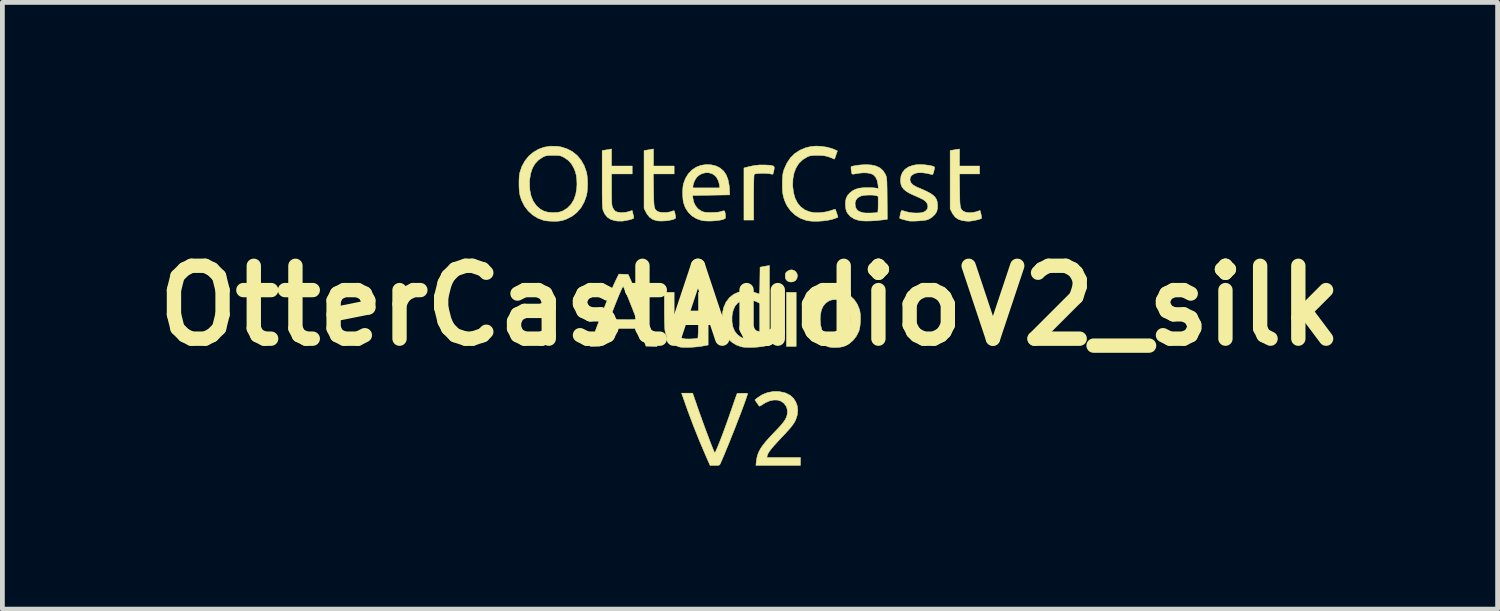
<source format=kicad_pcb>
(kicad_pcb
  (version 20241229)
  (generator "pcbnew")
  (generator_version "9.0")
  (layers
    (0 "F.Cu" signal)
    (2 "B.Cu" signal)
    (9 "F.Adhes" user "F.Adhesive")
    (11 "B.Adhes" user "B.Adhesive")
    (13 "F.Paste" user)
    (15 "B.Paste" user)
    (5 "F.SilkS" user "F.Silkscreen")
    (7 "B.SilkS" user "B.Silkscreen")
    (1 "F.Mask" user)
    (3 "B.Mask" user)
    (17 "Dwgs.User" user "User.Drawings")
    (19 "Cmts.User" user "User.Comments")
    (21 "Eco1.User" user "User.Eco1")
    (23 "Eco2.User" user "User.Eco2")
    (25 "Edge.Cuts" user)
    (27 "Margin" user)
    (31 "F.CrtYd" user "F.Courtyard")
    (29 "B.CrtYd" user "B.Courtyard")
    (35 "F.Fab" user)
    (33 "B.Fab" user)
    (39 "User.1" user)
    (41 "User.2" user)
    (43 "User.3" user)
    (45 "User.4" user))
  (footprint "OtterCastAudioV2_silk"
    (layer "F.Cu")
    (at 12.635 3.343)
    (property "Reference" "OtterCastAudioV2_silk" (at 0 0 0) (layer "F.SilkS") (effects (font (size 1.524 1.524) (thickness 0.3))))
    (attr through_hole)
    (fp_poly (pts (xy 0.965 0.851) (xy 0.762 0.851) (xy 0.762 -0.279) (xy 0.965 -0.279) (xy 0.965 0.851)) (stroke (width 0.01) (type solid)) (fill yes) (layer "F.SilkS"))
    (fp_poly (pts (xy 0.922 -0.737) (xy 0.96 -0.707) (xy 0.985 -0.663) (xy 0.991 -0.622) (xy 0.98 -0.567) (xy 0.949 -0.525) (xy 0.902 -0.501) (xy 0.86 -0.495) (xy 0.816 -0.5) (xy 0.784 -0.516) (xy 0.77 -0.529) (xy 0.748 -0.557) (xy 0.738 -0.591) (xy 0.737 -0.623) (xy 0.739 -0.664) (xy 0.75 -0.69) (xy 0.774 -0.715) (xy 0.776 -0.716) (xy 0.824 -0.744) (xy 0.875 -0.75) (xy 0.922 -0.737)) (stroke (width 0.01) (type solid)) (fill yes) (layer "F.SilkS"))
    (fp_poly (pts (xy 0.32 -2.943) (xy 0.323 -2.942) (xy 0.398 -2.938) (xy 0.45 -2.932) (xy 0.484 -2.923) (xy 0.502 -2.908) (xy 0.507 -2.885) (xy 0.503 -2.85) (xy 0.494 -2.807) (xy 0.485 -2.769) (xy 0.476 -2.752) (xy 0.463 -2.749) (xy 0.453 -2.751) (xy 0.411 -2.76) (xy 0.355 -2.766) (xy 0.291 -2.769) (xy 0.226 -2.768) (xy 0.166 -2.765) (xy 0.118 -2.759) (xy 0.089 -2.749) (xy 0.088 -2.749) (xy 0.085 -2.735) (xy 0.082 -2.697) (xy 0.08 -2.636) (xy 0.078 -2.556) (xy 0.077 -2.457) (xy 0.076 -2.342) (xy 0.076 -2.266) (xy 0.076 -1.791) (xy -0.127 -1.791) (xy -0.127 -2.88) (xy -0.054 -2.9) (xy 0.075 -2.929) (xy 0.196 -2.943) (xy 0.32 -2.943)) (stroke (width 0.01) (type solid)) (fill yes) (layer "F.SilkS"))
    (fp_poly (pts (xy 4.381 -2.921) (xy 4.801 -2.921) (xy 4.801 -2.756) (xy 4.59 -2.756) (xy 4.38 -2.756) (xy 4.384 -2.416) (xy 4.386 -2.307) (xy 4.387 -2.219) (xy 4.39 -2.151) (xy 4.395 -2.1) (xy 4.401 -2.061) (xy 4.411 -2.033) (xy 4.423 -2.011) (xy 4.439 -1.994) (xy 4.459 -1.978) (xy 4.461 -1.977) (xy 4.507 -1.956) (xy 4.569 -1.946) (xy 4.64 -1.947) (xy 4.713 -1.96) (xy 4.733 -1.966) (xy 4.811 -1.991) (xy 4.831 -1.913) (xy 4.839 -1.871) (xy 4.843 -1.839) (xy 4.841 -1.826) (xy 4.821 -1.816) (xy 4.782 -1.804) (xy 4.732 -1.791) (xy 4.677 -1.78) (xy 4.625 -1.771) (xy 4.581 -1.767) (xy 4.567 -1.766) (xy 4.515 -1.77) (xy 4.457 -1.778) (xy 4.429 -1.783) (xy 4.351 -1.81) (xy 4.288 -1.856) (xy 4.237 -1.924) (xy 4.223 -1.95) (xy 4.185 -2.026) (xy 4.185 -3.244) (xy 4.229 -3.252) (xy 4.272 -3.26) (xy 4.32 -3.268) (xy 4.328 -3.269) (xy 4.381 -3.277) (xy 4.381 -2.921)) (stroke (width 0.01) (type solid)) (fill yes) (layer "F.SilkS"))
    (fp_poly (pts (xy -2.019 -2.921) (xy -1.587 -2.921) (xy -1.587 -2.756) (xy -1.804 -2.756) (xy -2.021 -2.756) (xy -2.017 -2.416) (xy -2.015 -2.305) (xy -2.013 -2.217) (xy -2.01 -2.148) (xy -2.005 -2.095) (xy -1.998 -2.056) (xy -1.988 -2.027) (xy -1.974 -2.005) (xy -1.957 -1.988) (xy -1.935 -1.973) (xy -1.934 -1.972) (xy -1.897 -1.958) (xy -1.844 -1.95) (xy -1.781 -1.949) (xy -1.718 -1.953) (xy -1.663 -1.964) (xy -1.641 -1.972) (xy -1.606 -1.984) (xy -1.587 -1.985) (xy -1.582 -1.978) (xy -1.569 -1.929) (xy -1.56 -1.883) (xy -1.556 -1.848) (xy -1.558 -1.829) (xy -1.558 -1.829) (xy -1.591 -1.81) (xy -1.643 -1.795) (xy -1.708 -1.782) (xy -1.779 -1.774) (xy -1.85 -1.771) (xy -1.915 -1.773) (xy -1.955 -1.778) (xy -2.036 -1.805) (xy -2.101 -1.851) (xy -2.154 -1.917) (xy -2.172 -1.949) (xy -2.216 -2.036) (xy -2.216 -3.244) (xy -2.159 -3.254) (xy -2.113 -3.261) (xy -2.07 -3.269) (xy -2.061 -3.27) (xy -2.019 -3.278) (xy -2.019 -2.921)) (stroke (width 0.01) (type solid)) (fill yes) (layer "F.SilkS"))
    (fp_poly (pts (xy -1.587 0.087) (xy -1.587 0.21) (xy -1.586 0.31) (xy -1.583 0.391) (xy -1.578 0.455) (xy -1.571 0.506) (xy -1.561 0.545) (xy -1.547 0.576) (xy -1.531 0.603) (xy -1.51 0.626) (xy -1.506 0.63) (xy -1.465 0.662) (xy -1.414 0.684) (xy -1.35 0.695) (xy -1.268 0.696) (xy -1.23 0.695) (xy -1.175 0.691) (xy -1.13 0.687) (xy -1.101 0.682) (xy -1.093 0.68) (xy -1.089 0.666) (xy -1.086 0.628) (xy -1.083 0.566) (xy -1.081 0.481) (xy -1.08 0.371) (xy -1.08 0.235) (xy -1.079 0.196) (xy -1.079 -0.279) (xy -0.876 -0.279) (xy -0.876 0.822) (xy -0.994 0.844) (xy -1.062 0.855) (xy -1.142 0.863) (xy -1.226 0.869) (xy -1.308 0.872) (xy -1.382 0.871) (xy -1.441 0.868) (xy -1.469 0.864) (xy -1.56 0.832) (xy -1.639 0.779) (xy -1.704 0.708) (xy -1.751 0.619) (xy -1.776 0.536) (xy -1.781 0.502) (xy -1.784 0.444) (xy -1.787 0.367) (xy -1.789 0.272) (xy -1.791 0.162) (xy -1.791 0.095) (xy -1.791 -0.279) (xy -1.587 -0.279) (xy -1.587 0.087)) (stroke (width 0.01) (type solid)) (fill yes) (layer "F.SilkS"))
    (fp_poly (pts (xy -2.896 -2.921) (xy -2.464 -2.921) (xy -2.464 -2.756) (xy -2.896 -2.756) (xy -2.895 -2.429) (xy -2.895 -2.327) (xy -2.894 -2.248) (xy -2.893 -2.187) (xy -2.891 -2.142) (xy -2.888 -2.108) (xy -2.883 -2.083) (xy -2.877 -2.063) (xy -2.871 -2.049) (xy -2.849 -2.011) (xy -2.822 -1.981) (xy -2.814 -1.974) (xy -2.768 -1.956) (xy -2.706 -1.947) (xy -2.636 -1.948) (xy -2.565 -1.96) (xy -2.543 -1.966) (xy -2.464 -1.991) (xy -2.456 -1.958) (xy -2.448 -1.921) (xy -2.437 -1.88) (xy -2.437 -1.88) (xy -2.432 -1.848) (xy -2.435 -1.828) (xy -2.436 -1.826) (xy -2.452 -1.819) (xy -2.486 -1.807) (xy -2.532 -1.794) (xy -2.546 -1.791) (xy -2.66 -1.77) (xy -2.767 -1.77) (xy -2.829 -1.779) (xy -2.916 -1.806) (xy -2.985 -1.852) (xy -3.037 -1.916) (xy -3.07 -1.987) (xy -3.075 -2.004) (xy -3.08 -2.024) (xy -3.083 -2.049) (xy -3.086 -2.082) (xy -3.088 -2.124) (xy -3.09 -2.179) (xy -3.091 -2.249) (xy -3.092 -2.335) (xy -3.092 -2.442) (xy -3.092 -2.569) (xy -3.092 -2.648) (xy -3.092 -3.244) (xy -3.035 -3.254) (xy -2.989 -3.261) (xy -2.946 -3.269) (xy -2.937 -3.27) (xy -2.896 -3.278) (xy -2.896 -2.921)) (stroke (width 0.01) (type solid)) (fill yes) (layer "F.SilkS"))
    (fp_poly (pts (xy -1.316 1.829) (xy -1.2 1.829) (xy -1.069 2.207) (xy -1.032 2.31) (xy -0.994 2.416) (xy -0.955 2.523) (xy -0.916 2.629) (xy -0.878 2.73) (xy -0.843 2.823) (xy -0.811 2.906) (xy -0.783 2.975) (xy -0.761 3.029) (xy -0.745 3.064) (xy -0.738 3.077) (xy -0.73 3.069) (xy -0.715 3.04) (xy -0.694 2.992) (xy -0.667 2.928) (xy -0.636 2.851) (xy -0.602 2.764) (xy -0.566 2.669) (xy -0.529 2.568) (xy -0.491 2.465) (xy -0.455 2.363) (xy -0.439 2.318) (xy -0.409 2.231) (xy -0.379 2.146) (xy -0.352 2.067) (xy -0.329 2) (xy -0.311 1.95) (xy -0.306 1.937) (xy -0.27 1.835) (xy -0.16 1.831) (xy -0.111 1.831) (xy -0.074 1.832) (xy -0.053 1.834) (xy -0.051 1.836) (xy -0.055 1.858) (xy -0.069 1.901) (xy -0.09 1.963) (xy -0.118 2.04) (xy -0.151 2.131) (xy -0.189 2.232) (xy -0.231 2.342) (xy -0.276 2.458) (xy -0.322 2.577) (xy -0.37 2.696) (xy -0.417 2.814) (xy -0.463 2.928) (xy -0.507 3.034) (xy -0.547 3.132) (xy -0.584 3.217) (xy -0.615 3.288) (xy -0.623 3.305) (xy -0.632 3.323) (xy -0.645 3.333) (xy -0.667 3.338) (xy -0.704 3.34) (xy -0.737 3.34) (xy -0.835 3.34) (xy -0.918 3.153) (xy -1.052 2.839) (xy -1.184 2.51) (xy -1.31 2.173) (xy -1.352 2.054) (xy -1.431 1.829) (xy -1.316 1.829)) (stroke (width 0.01) (type solid)) (fill yes) (layer "F.SilkS"))
    (fp_poly (pts (xy 0.406 0.822) (xy 0.308 0.844) (xy 0.239 0.856) (xy 0.157 0.865) (xy 0.071 0.871) (xy -0.015 0.872) (xy -0.093 0.87) (xy -0.157 0.864) (xy -0.187 0.857) (xy -0.285 0.822) (xy -0.368 0.772) (xy -0.419 0.729) (xy -0.487 0.651) (xy -0.537 0.559) (xy -0.569 0.452) (xy -0.582 0.338) (xy -0.377 0.338) (xy -0.359 0.442) (xy -0.322 0.531) (xy -0.266 0.603) (xy -0.193 0.658) (xy -0.165 0.672) (xy -0.117 0.686) (xy -0.052 0.696) (xy 0.022 0.699) (xy 0.098 0.697) (xy 0.156 0.69) (xy 0.203 0.682) (xy 0.203 -0.05) (xy 0.137 -0.084) (xy 0.054 -0.115) (xy -0.035 -0.127) (xy -0.122 -0.121) (xy -0.193 -0.098) (xy -0.263 -0.053) (xy -0.316 0.012) (xy -0.353 0.096) (xy -0.374 0.199) (xy -0.377 0.22) (xy -0.377 0.338) (xy -0.582 0.338) (xy -0.583 0.329) (xy -0.584 0.279) (xy -0.575 0.145) (xy -0.547 0.027) (xy -0.501 -0.075) (xy -0.435 -0.162) (xy -0.424 -0.174) (xy -0.343 -0.237) (xy -0.25 -0.28) (xy -0.146 -0.302) (xy -0.034 -0.302) (xy 0.083 -0.282) (xy 0.187 -0.246) (xy 0.192 -0.249) (xy 0.197 -0.267) (xy 0.2 -0.3) (xy 0.203 -0.351) (xy 0.205 -0.423) (xy 0.206 -0.518) (xy 0.206 -0.522) (xy 0.21 -0.805) (xy 0.254 -0.814) (xy 0.297 -0.822) (xy 0.344 -0.83) (xy 0.352 -0.832) (xy 0.406 -0.84) (xy 0.406 0.822)) (stroke (width 0.01) (type solid)) (fill yes) (layer "F.SilkS"))
    (fp_poly (pts (xy 0.72 1.818) (xy 0.755 1.83) (xy 0.839 1.874) (xy 0.907 1.935) (xy 0.956 2.009) (xy 0.987 2.095) (xy 0.998 2.188) (xy 0.988 2.285) (xy 0.956 2.384) (xy 0.95 2.396) (xy 0.931 2.434) (xy 0.906 2.473) (xy 0.875 2.515) (xy 0.835 2.565) (xy 0.783 2.623) (xy 0.717 2.695) (xy 0.648 2.767) (xy 0.562 2.86) (xy 0.493 2.936) (xy 0.44 3) (xy 0.401 3.052) (xy 0.376 3.094) (xy 0.362 3.129) (xy 0.36 3.136) (xy 0.352 3.175) (xy 1.054 3.175) (xy 1.054 3.34) (xy 0.123 3.34) (xy 0.132 3.256) (xy 0.143 3.185) (xy 0.16 3.118) (xy 0.186 3.053) (xy 0.222 2.986) (xy 0.27 2.916) (xy 0.333 2.838) (xy 0.412 2.749) (xy 0.506 2.65) (xy 0.586 2.567) (xy 0.648 2.498) (xy 0.696 2.44) (xy 0.731 2.39) (xy 0.755 2.345) (xy 0.771 2.301) (xy 0.781 2.257) (xy 0.782 2.254) (xy 0.781 2.178) (xy 0.758 2.106) (xy 0.713 2.044) (xy 0.713 2.043) (xy 0.651 1.998) (xy 0.578 1.974) (xy 0.497 1.972) (xy 0.41 1.99) (xy 0.321 2.029) (xy 0.262 2.066) (xy 0.228 2.088) (xy 0.202 2.1) (xy 0.192 2.099) (xy 0.181 2.083) (xy 0.16 2.054) (xy 0.143 2.029) (xy 0.102 1.97) (xy 0.156 1.926) (xy 0.255 1.861) (xy 0.366 1.817) (xy 0.483 1.795) (xy 0.603 1.795) (xy 0.72 1.818)) (stroke (width 0.01) (type solid)) (fill yes) (layer "F.SilkS"))
    (fp_poly (pts (xy -2.645 -0.658) (xy -2.548 -0.654) (xy -2.457 -0.451) (xy -2.384 -0.283) (xy -2.305 -0.092) (xy -2.22 0.12) (xy -2.13 0.353) (xy -2.035 0.605) (xy -1.981 0.753) (xy -1.945 0.852) (xy -2.061 0.848) (xy -2.176 0.845) (xy -2.242 0.66) (xy -2.308 0.476) (xy -3.004 0.476) (xy -3.069 0.66) (xy -3.134 0.845) (xy -3.245 0.848) (xy -3.298 0.85) (xy -3.33 0.849) (xy -3.346 0.845) (xy -3.349 0.837) (xy -3.347 0.829) (xy -3.341 0.812) (xy -3.326 0.774) (xy -3.306 0.718) (xy -3.28 0.65) (xy -3.25 0.57) (xy -3.219 0.485) (xy -3.149 0.3) (xy -3.146 0.292) (xy -2.935 0.292) (xy -2.655 0.292) (xy -2.574 0.292) (xy -2.502 0.291) (xy -2.443 0.29) (xy -2.4 0.289) (xy -2.378 0.288) (xy -2.375 0.287) (xy -2.379 0.27) (xy -2.392 0.234) (xy -2.411 0.183) (xy -2.436 0.119) (xy -2.464 0.047) (xy -2.495 -0.03) (xy -2.526 -0.109) (xy -2.557 -0.185) (xy -2.586 -0.255) (xy -2.612 -0.316) (xy -2.633 -0.364) (xy -2.647 -0.395) (xy -2.654 -0.406) (xy -2.662 -0.395) (xy -2.678 -0.364) (xy -2.7 -0.315) (xy -2.727 -0.254) (xy -2.757 -0.183) (xy -2.788 -0.106) (xy -2.82 -0.026) (xy -2.851 0.053) (xy -2.879 0.127) (xy -2.903 0.193) (xy -2.922 0.247) (xy -2.927 0.264) (xy -2.935 0.292) (xy -3.146 0.292) (xy -3.08 0.123) (xy -3.015 -0.043) (xy -2.953 -0.195) (xy -2.896 -0.332) (xy -2.844 -0.451) (xy -2.798 -0.549) (xy -2.774 -0.598) (xy -2.742 -0.661) (xy -2.645 -0.658)) (stroke (width 0.01) (type solid)) (fill yes) (layer "F.SilkS"))
    (fp_poly (pts (xy -0.816 -2.947) (xy -0.711 -2.922) (xy -0.624 -2.878) (xy -0.552 -2.815) (xy -0.497 -2.733) (xy -0.459 -2.632) (xy -0.436 -2.511) (xy -0.429 -2.426) (xy -0.425 -2.318) (xy -1.2 -2.305) (xy -1.197 -2.261) (xy -1.179 -2.17) (xy -1.141 -2.09) (xy -1.086 -2.024) (xy -1.019 -1.979) (xy -0.99 -1.966) (xy -0.961 -1.958) (xy -0.927 -1.953) (xy -0.88 -1.95) (xy -0.814 -1.95) (xy -0.806 -1.95) (xy -0.724 -1.952) (xy -0.662 -1.957) (xy -0.616 -1.966) (xy -0.597 -1.972) (xy -0.557 -1.984) (xy -0.536 -1.982) (xy -0.532 -1.979) (xy -0.524 -1.955) (xy -0.517 -1.918) (xy -0.514 -1.879) (xy -0.514 -1.845) (xy -0.518 -1.826) (xy -0.518 -1.826) (xy -0.548 -1.81) (xy -0.597 -1.795) (xy -0.662 -1.784) (xy -0.735 -1.776) (xy -0.813 -1.771) (xy -0.89 -1.771) (xy -0.96 -1.775) (xy -1.015 -1.784) (xy -1.121 -1.821) (xy -1.214 -1.878) (xy -1.291 -1.954) (xy -1.351 -2.046) (xy -1.39 -2.152) (xy -1.401 -2.215) (xy -1.407 -2.292) (xy -1.409 -2.376) (xy -1.405 -2.456) (xy -1.401 -2.493) (xy -1.194 -2.493) (xy -1.194 -2.464) (xy -0.631 -2.464) (xy -0.639 -2.526) (xy -0.66 -2.609) (xy -0.699 -2.682) (xy -0.732 -2.72) (xy -0.792 -2.76) (xy -0.861 -2.78) (xy -0.934 -2.78) (xy -1.007 -2.762) (xy -1.072 -2.725) (xy -1.117 -2.682) (xy -1.149 -2.634) (xy -1.175 -2.577) (xy -1.191 -2.522) (xy -1.194 -2.493) (xy -1.401 -2.493) (xy -1.397 -2.525) (xy -1.392 -2.549) (xy -1.35 -2.662) (xy -1.291 -2.758) (xy -1.216 -2.837) (xy -1.128 -2.896) (xy -1.029 -2.935) (xy -0.92 -2.952) (xy -0.816 -2.947)) (stroke (width 0.01) (type solid)) (fill yes) (layer "F.SilkS"))
    (fp_poly (pts (xy 1.848 -0.298) (xy 1.893 -0.295) (xy 1.929 -0.29) (xy 1.961 -0.279) (xy 1.999 -0.263) (xy 2.009 -0.258) (xy 2.103 -0.2) (xy 2.182 -0.123) (xy 2.244 -0.03) (xy 2.288 0.077) (xy 2.299 0.124) (xy 2.308 0.192) (xy 2.31 0.272) (xy 2.307 0.357) (xy 2.298 0.439) (xy 2.284 0.508) (xy 2.275 0.535) (xy 2.223 0.638) (xy 2.155 0.725) (xy 2.072 0.795) (xy 1.977 0.845) (xy 1.944 0.856) (xy 1.882 0.868) (xy 1.807 0.874) (xy 1.732 0.874) (xy 1.664 0.866) (xy 1.632 0.858) (xy 1.525 0.812) (xy 1.434 0.747) (xy 1.361 0.663) (xy 1.306 0.562) (xy 1.277 0.476) (xy 1.264 0.406) (xy 1.259 0.322) (xy 1.259 0.286) (xy 1.467 0.286) (xy 1.475 0.402) (xy 1.499 0.499) (xy 1.54 0.578) (xy 1.598 0.639) (xy 1.65 0.673) (xy 1.703 0.691) (xy 1.769 0.698) (xy 1.837 0.694) (xy 1.899 0.68) (xy 1.912 0.675) (xy 1.968 0.638) (xy 2.02 0.583) (xy 2.062 0.518) (xy 2.079 0.478) (xy 2.093 0.417) (xy 2.101 0.34) (xy 2.102 0.258) (xy 2.097 0.179) (xy 2.085 0.113) (xy 2.079 0.094) (xy 2.045 0.024) (xy 1.996 -0.04) (xy 1.938 -0.089) (xy 1.915 -0.103) (xy 1.855 -0.123) (xy 1.783 -0.129) (xy 1.712 -0.122) (xy 1.654 -0.103) (xy 1.583 -0.055) (xy 1.529 0.01) (xy 1.492 0.092) (xy 1.472 0.193) (xy 1.467 0.286) (xy 1.259 0.286) (xy 1.259 0.234) (xy 1.266 0.152) (xy 1.276 0.098) (xy 1.317 -0.017) (xy 1.376 -0.113) (xy 1.454 -0.192) (xy 1.549 -0.253) (xy 1.56 -0.258) (xy 1.599 -0.276) (xy 1.632 -0.288) (xy 1.666 -0.294) (xy 1.709 -0.298) (xy 1.768 -0.298) (xy 1.784 -0.298) (xy 1.848 -0.298)) (stroke (width 0.01) (type solid)) (fill yes) (layer "F.SilkS"))
    (fp_poly (pts (xy 1.497 -3.332) (xy 1.613 -3.314) (xy 1.72 -3.284) (xy 1.773 -3.262) (xy 1.827 -3.237) (xy 1.802 -3.165) (xy 1.788 -3.123) (xy 1.776 -3.089) (xy 1.771 -3.075) (xy 1.76 -3.065) (xy 1.749 -3.07) (xy 1.73 -3.081) (xy 1.694 -3.095) (xy 1.649 -3.112) (xy 1.645 -3.113) (xy 1.597 -3.127) (xy 1.552 -3.136) (xy 1.501 -3.141) (xy 1.435 -3.143) (xy 1.41 -3.143) (xy 1.344 -3.143) (xy 1.296 -3.14) (xy 1.26 -3.135) (xy 1.229 -3.126) (xy 1.195 -3.111) (xy 1.192 -3.109) (xy 1.098 -3.052) (xy 1.021 -2.976) (xy 0.962 -2.883) (xy 0.92 -2.774) (xy 0.897 -2.65) (xy 0.892 -2.512) (xy 0.893 -2.494) (xy 0.91 -2.361) (xy 0.943 -2.245) (xy 0.993 -2.147) (xy 1.06 -2.067) (xy 1.142 -2.006) (xy 1.24 -1.965) (xy 1.257 -1.961) (xy 1.351 -1.946) (xy 1.457 -1.946) (xy 1.567 -1.958) (xy 1.671 -1.983) (xy 1.681 -1.987) (xy 1.727 -2.002) (xy 1.763 -2.012) (xy 1.782 -2.017) (xy 1.784 -2.017) (xy 1.789 -2.004) (xy 1.8 -1.973) (xy 1.814 -1.933) (xy 1.84 -1.852) (xy 1.787 -1.829) (xy 1.715 -1.805) (xy 1.625 -1.786) (xy 1.524 -1.773) (xy 1.42 -1.766) (xy 1.319 -1.766) (xy 1.229 -1.774) (xy 1.172 -1.785) (xy 1.053 -1.829) (xy 0.946 -1.895) (xy 0.855 -1.979) (xy 0.781 -2.079) (xy 0.756 -2.126) (xy 0.721 -2.206) (xy 0.697 -2.285) (xy 0.682 -2.368) (xy 0.676 -2.463) (xy 0.676 -2.576) (xy 0.676 -2.584) (xy 0.679 -2.662) (xy 0.683 -2.72) (xy 0.689 -2.766) (xy 0.699 -2.807) (xy 0.712 -2.85) (xy 0.714 -2.855) (xy 0.772 -2.983) (xy 0.846 -3.093) (xy 0.936 -3.182) (xy 1.043 -3.252) (xy 1.165 -3.303) (xy 1.275 -3.329) (xy 1.381 -3.338) (xy 1.497 -3.332)) (stroke (width 0.01) (type solid)) (fill yes) (layer "F.SilkS"))
    (fp_poly (pts (xy 3.584 -2.951) (xy 3.65 -2.947) (xy 3.714 -2.939) (xy 3.773 -2.93) (xy 3.819 -2.918) (xy 3.85 -2.905) (xy 3.86 -2.892) (xy 3.857 -2.872) (xy 3.85 -2.836) (xy 3.843 -2.807) (xy 3.83 -2.763) (xy 3.817 -2.743) (xy 3.809 -2.742) (xy 3.7 -2.768) (xy 3.602 -2.781) (xy 3.518 -2.781) (xy 3.451 -2.768) (xy 3.43 -2.759) (xy 3.377 -2.722) (xy 3.349 -2.678) (xy 3.345 -2.627) (xy 3.346 -2.622) (xy 3.364 -2.574) (xy 3.4 -2.533) (xy 3.457 -2.496) (xy 3.512 -2.471) (xy 3.622 -2.424) (xy 3.71 -2.383) (xy 3.779 -2.345) (xy 3.831 -2.308) (xy 3.869 -2.271) (xy 3.894 -2.231) (xy 3.911 -2.189) (xy 3.922 -2.116) (xy 3.921 -2.041) (xy 3.906 -1.974) (xy 3.9 -1.961) (xy 3.864 -1.906) (xy 3.81 -1.854) (xy 3.746 -1.813) (xy 3.703 -1.796) (xy 3.666 -1.788) (xy 3.611 -1.781) (xy 3.547 -1.775) (xy 3.479 -1.771) (xy 3.415 -1.769) (xy 3.362 -1.769) (xy 3.325 -1.772) (xy 3.321 -1.773) (xy 3.238 -1.794) (xy 3.179 -1.81) (xy 3.142 -1.822) (xy 3.131 -1.829) (xy 3.131 -1.845) (xy 3.136 -1.876) (xy 3.144 -1.915) (xy 3.153 -1.953) (xy 3.162 -1.981) (xy 3.166 -1.989) (xy 3.181 -1.989) (xy 3.213 -1.982) (xy 3.255 -1.969) (xy 3.26 -1.968) (xy 3.327 -1.951) (xy 3.405 -1.941) (xy 3.485 -1.938) (xy 3.558 -1.941) (xy 3.617 -1.953) (xy 3.622 -1.954) (xy 3.675 -1.983) (xy 3.708 -2.023) (xy 3.72 -2.07) (xy 3.713 -2.119) (xy 3.685 -2.168) (xy 3.637 -2.21) (xy 3.628 -2.216) (xy 3.592 -2.234) (xy 3.541 -2.259) (xy 3.483 -2.285) (xy 3.447 -2.3) (xy 3.348 -2.345) (xy 3.272 -2.389) (xy 3.216 -2.435) (xy 3.178 -2.484) (xy 3.156 -2.539) (xy 3.148 -2.604) (xy 3.147 -2.619) (xy 3.157 -2.711) (xy 3.189 -2.789) (xy 3.241 -2.852) (xy 3.313 -2.901) (xy 3.404 -2.934) (xy 3.465 -2.946) (xy 3.521 -2.951) (xy 3.584 -2.951)) (stroke (width 0.01) (type solid)) (fill yes) (layer "F.SilkS"))
    (fp_poly (pts (xy -4.043 -3.334) (xy -3.956 -3.321) (xy -3.829 -3.282) (xy -3.715 -3.222) (xy -3.616 -3.143) (xy -3.534 -3.044) (xy -3.468 -2.928) (xy -3.421 -2.795) (xy -3.42 -2.794) (xy -3.408 -2.727) (xy -3.4 -2.643) (xy -3.397 -2.551) (xy -3.4 -2.458) (xy -3.407 -2.374) (xy -3.42 -2.305) (xy -3.421 -2.3) (xy -3.469 -2.166) (xy -3.535 -2.05) (xy -3.619 -1.952) (xy -3.719 -1.873) (xy -3.836 -1.813) (xy -3.878 -1.797) (xy -3.929 -1.782) (xy -3.975 -1.772) (xy -4.026 -1.767) (xy -4.091 -1.766) (xy -4.111 -1.766) (xy -4.177 -1.768) (xy -4.241 -1.773) (xy -4.294 -1.78) (xy -4.315 -1.785) (xy -4.437 -1.83) (xy -4.545 -1.897) (xy -4.639 -1.983) (xy -4.718 -2.086) (xy -4.778 -2.206) (xy -4.809 -2.3) (xy -4.82 -2.358) (xy -4.828 -2.434) (xy -4.831 -2.519) (xy -4.831 -2.553) (xy -4.612 -2.553) (xy -4.604 -2.414) (xy -4.579 -2.293) (xy -4.536 -2.189) (xy -4.475 -2.101) (xy -4.452 -2.076) (xy -4.384 -2.018) (xy -4.312 -1.979) (xy -4.232 -1.956) (xy -4.137 -1.948) (xy -4.086 -1.948) (xy -4.022 -1.953) (xy -3.973 -1.961) (xy -3.93 -1.976) (xy -3.906 -1.987) (xy -3.816 -2.044) (xy -3.742 -2.121) (xy -3.685 -2.215) (xy -3.645 -2.326) (xy -3.624 -2.452) (xy -3.619 -2.542) (xy -3.623 -2.644) (xy -3.634 -2.73) (xy -3.655 -2.807) (xy -3.683 -2.877) (xy -3.735 -2.968) (xy -3.802 -3.041) (xy -3.886 -3.098) (xy -3.888 -3.1) (xy -3.924 -3.118) (xy -3.953 -3.131) (xy -3.983 -3.138) (xy -4.019 -3.142) (xy -4.069 -3.143) (xy -4.115 -3.143) (xy -4.179 -3.143) (xy -4.226 -3.141) (xy -4.26 -3.136) (xy -4.29 -3.127) (xy -4.321 -3.113) (xy -4.335 -3.106) (xy -4.424 -3.047) (xy -4.497 -2.969) (xy -4.552 -2.874) (xy -4.589 -2.761) (xy -4.609 -2.631) (xy -4.612 -2.553) (xy -4.831 -2.553) (xy -4.831 -2.606) (xy -4.828 -2.688) (xy -4.82 -2.756) (xy -4.815 -2.781) (xy -4.771 -2.912) (xy -4.708 -3.027) (xy -4.628 -3.127) (xy -4.532 -3.209) (xy -4.424 -3.272) (xy -4.305 -3.315) (xy -4.177 -3.336) (xy -4.043 -3.334)) (stroke (width 0.01) (type solid)) (fill yes) (layer "F.SilkS"))
    (fp_poly (pts (xy 2.537 -2.943) (xy 2.635 -2.921) (xy 2.716 -2.882) (xy 2.779 -2.827) (xy 2.827 -2.754) (xy 2.834 -2.741) (xy 2.842 -2.722) (xy 2.848 -2.704) (xy 2.853 -2.683) (xy 2.857 -2.658) (xy 2.86 -2.624) (xy 2.863 -2.579) (xy 2.864 -2.52) (xy 2.866 -2.444) (xy 2.867 -2.348) (xy 2.868 -2.24) (xy 2.871 -1.807) (xy 2.76 -1.793) (xy 2.641 -1.78) (xy 2.528 -1.773) (xy 2.427 -1.771) (xy 2.341 -1.775) (xy 2.276 -1.784) (xy 2.274 -1.784) (xy 2.178 -1.816) (xy 2.101 -1.864) (xy 2.044 -1.927) (xy 2.04 -1.934) (xy 2.019 -1.972) (xy 2.007 -2.01) (xy 1.999 -2.057) (xy 1.996 -2.096) (xy 1.997 -2.132) (xy 2.197 -2.132) (xy 2.205 -2.064) (xy 2.23 -2.013) (xy 2.274 -1.975) (xy 2.339 -1.95) (xy 2.374 -1.943) (xy 2.407 -1.939) (xy 2.455 -1.938) (xy 2.51 -1.938) (xy 2.566 -1.94) (xy 2.616 -1.943) (xy 2.653 -1.947) (xy 2.67 -1.951) (xy 2.674 -1.966) (xy 2.677 -2) (xy 2.679 -2.05) (xy 2.68 -2.111) (xy 2.68 -2.122) (xy 2.68 -2.287) (xy 2.645 -2.3) (xy 2.605 -2.309) (xy 2.549 -2.314) (xy 2.484 -2.314) (xy 2.418 -2.311) (xy 2.359 -2.304) (xy 2.317 -2.293) (xy 2.315 -2.292) (xy 2.254 -2.258) (xy 2.215 -2.212) (xy 2.198 -2.154) (xy 2.197 -2.132) (xy 1.997 -2.132) (xy 1.997 -2.181) (xy 2.011 -2.249) (xy 2.041 -2.307) (xy 2.088 -2.359) (xy 2.146 -2.405) (xy 2.211 -2.437) (xy 2.287 -2.458) (xy 2.379 -2.468) (xy 2.438 -2.469) (xy 2.502 -2.469) (xy 2.562 -2.467) (xy 2.61 -2.463) (xy 2.634 -2.46) (xy 2.684 -2.449) (xy 2.676 -2.532) (xy 2.659 -2.621) (xy 2.626 -2.69) (xy 2.579 -2.739) (xy 2.57 -2.744) (xy 2.518 -2.765) (xy 2.448 -2.777) (xy 2.366 -2.779) (xy 2.279 -2.771) (xy 2.236 -2.764) (xy 2.181 -2.754) (xy 2.148 -2.751) (xy 2.133 -2.757) (xy 2.133 -2.757) (xy 2.126 -2.777) (xy 2.12 -2.81) (xy 2.115 -2.849) (xy 2.112 -2.883) (xy 2.113 -2.903) (xy 2.114 -2.906) (xy 2.134 -2.915) (xy 2.174 -2.924) (xy 2.227 -2.933) (xy 2.288 -2.941) (xy 2.35 -2.946) (xy 2.409 -2.949) (xy 2.42 -2.95) (xy 2.537 -2.943)) (stroke (width 0.01) (type solid)) (fill yes) (layer "F.SilkS")))
  (gr_rect
    (start -3 -3)
    (end 28.269 9.688)
    (stroke (width 0.1) (type default))
    (fill no)
    (layer "Edge.Cuts")))
</source>
